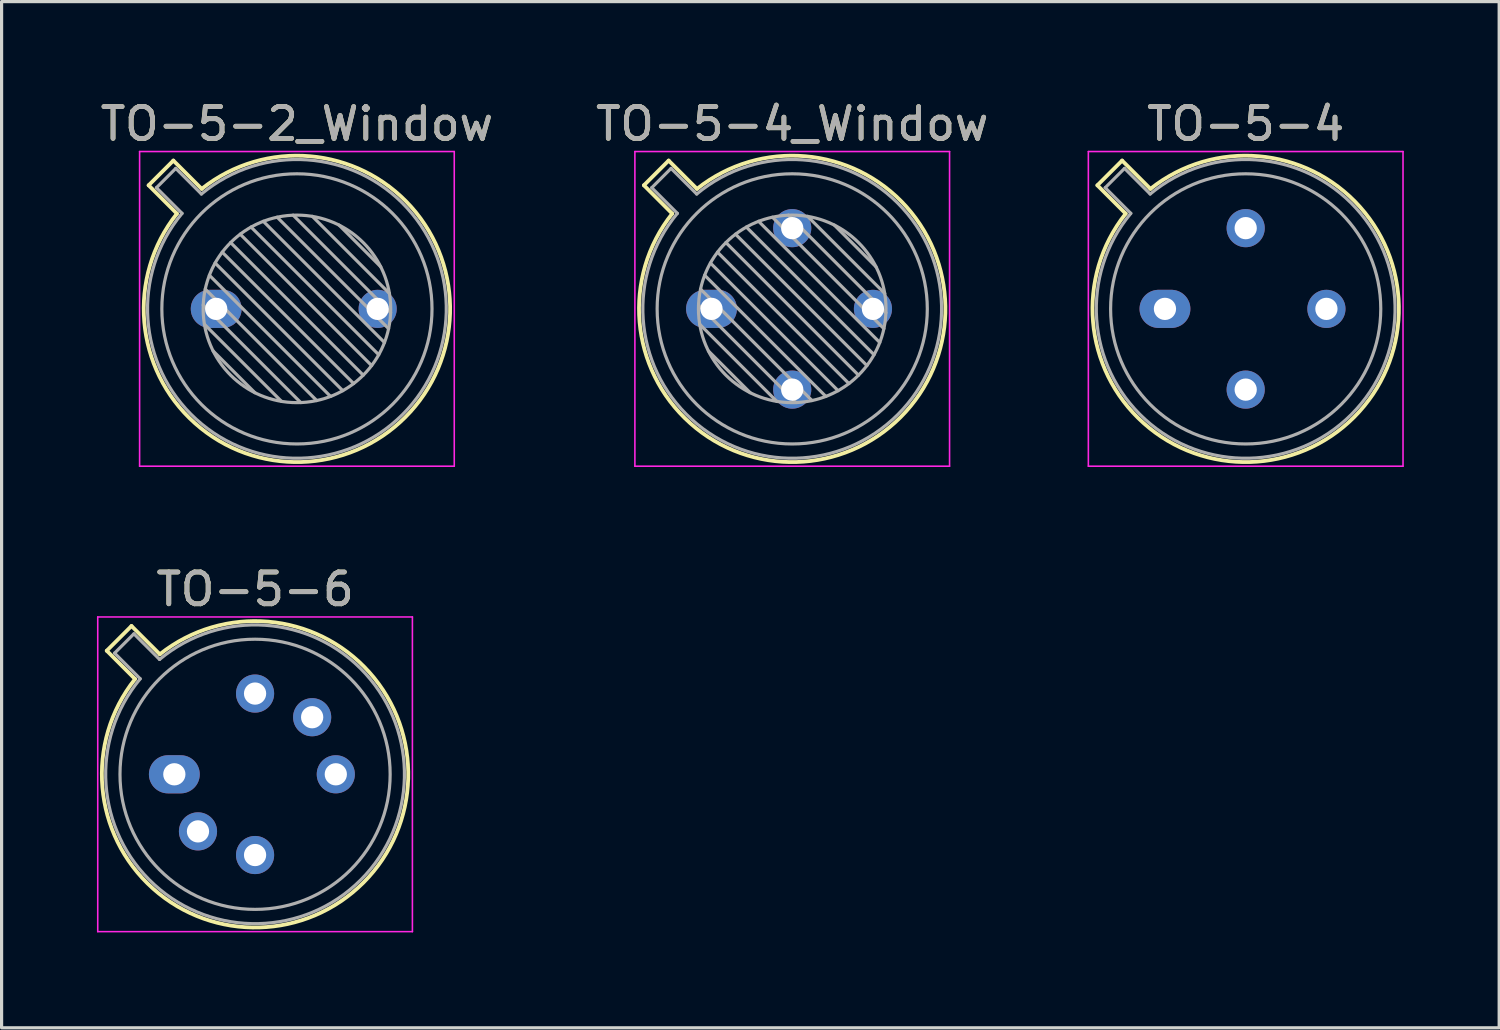
<source format=kicad_pcb>
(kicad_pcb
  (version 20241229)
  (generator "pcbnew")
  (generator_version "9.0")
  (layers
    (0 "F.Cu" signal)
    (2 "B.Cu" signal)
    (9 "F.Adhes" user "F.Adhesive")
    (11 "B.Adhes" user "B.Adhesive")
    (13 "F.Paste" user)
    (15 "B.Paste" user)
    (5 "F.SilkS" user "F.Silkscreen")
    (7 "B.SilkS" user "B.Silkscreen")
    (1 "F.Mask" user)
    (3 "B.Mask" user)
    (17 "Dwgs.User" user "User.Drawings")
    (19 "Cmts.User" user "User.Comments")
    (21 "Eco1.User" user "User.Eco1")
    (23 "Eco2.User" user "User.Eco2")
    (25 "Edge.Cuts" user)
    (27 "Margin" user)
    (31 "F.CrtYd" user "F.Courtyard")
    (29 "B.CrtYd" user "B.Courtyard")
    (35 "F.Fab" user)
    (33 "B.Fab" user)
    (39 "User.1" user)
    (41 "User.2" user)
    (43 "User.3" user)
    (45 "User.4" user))
  (footprint "TO-5-4"
    (layer "F.Cu")
    (at 33.602 6.668)
    (property "Reference" "TO-5-4" (at 2.54 -5.82 0) (layer "F.SilkS") (effects (font (size 1 1) (thickness 0.15))))
    (attr through_hole)
    (fp_line (start -2.126 -3.888) (end -1.235 -2.997) (stroke (width 0.12) (type solid)) (layer "F.SilkS"))
    (fp_line (start -1.348 -4.666) (end -2.126 -3.888) (stroke (width 0.12) (type solid)) (layer "F.SilkS"))
    (fp_line (start -0.457 -3.775) (end -1.348 -4.666) (stroke (width 0.12) (type solid)) (layer "F.SilkS"))
    (fp_arc (start -0.457084 -3.774902) (mid 5.948125 3.408384) (end -1.234674 -2.997371) (stroke (width 0.12) (type solid)) (layer "F.SilkS"))
    (fp_line (start -2.41 -4.95) (end -2.41 4.95) (stroke (width 0.05) (type solid)) (layer "F.CrtYd"))
    (fp_line (start -2.41 4.95) (end 7.49 4.95) (stroke (width 0.05) (type solid)) (layer "F.CrtYd"))
    (fp_line (start 7.49 -4.95) (end -2.41 -4.95) (stroke (width 0.05) (type solid)) (layer "F.CrtYd"))
    (fp_line (start 7.49 4.95) (end 7.49 -4.95) (stroke (width 0.05) (type solid)) (layer "F.CrtYd"))
    (fp_line (start -1.88 -3.812) (end -1.074 -3.005) (stroke (width 0.1) (type solid)) (layer "F.Fab"))
    (fp_line (start -1.272 -4.42) (end -1.88 -3.812) (stroke (width 0.1) (type solid)) (layer "F.Fab"))
    (fp_line (start -0.465 -3.614) (end -1.272 -4.42) (stroke (width 0.1) (type solid)) (layer "F.Fab"))
    (fp_arc (start -0.465408 -3.61352) (mid 5.863443 3.323361) (end -1.073594 -3.005319) (stroke (width 0.1) (type solid)) (layer "F.Fab"))
    (fp_circle (center 2.54 0) (end 6.79 0) (stroke (width 0.1) (type solid)) (fill no) (layer "F.Fab"))
    (fp_text user "${REFERENCE}" (at 2.54 -5.82 0) (layer "F.Fab") (effects (font (size 1 1) (thickness 0.15))))
    (pad "1" thru_hole oval (at 0 0) (size 1.6 1.2) (drill 0.7) (layers "*.Cu" "*.Mask"))
    (pad "2" thru_hole oval (at 2.54 2.54) (size 1.2 1.2) (drill 0.7) (layers "*.Cu" "*.Mask"))
    (pad "3" thru_hole oval (at 5.08 0) (size 1.2 1.2) (drill 0.7) (layers "*.Cu" "*.Mask"))
    (pad "4" thru_hole oval (at 2.54 -2.54) (size 1.2 1.2) (drill 0.7) (layers "*.Cu" "*.Mask")))
  (footprint "TO-5-2_Window"
    (layer "F.Cu")
    (at 3.752 6.668)
    (property "Reference" "TO-5-2_Window" (at 2.54 -5.82 0) (layer "F.SilkS") (effects (font (size 1 1) (thickness 0.15))))
    (attr through_hole)
    (fp_line (start -2.126 -3.888) (end -1.235 -2.997) (stroke (width 0.12) (type solid)) (layer "F.SilkS"))
    (fp_line (start -1.348 -4.666) (end -2.126 -3.888) (stroke (width 0.12) (type solid)) (layer "F.SilkS"))
    (fp_line (start -0.457 -3.775) (end -1.348 -4.666) (stroke (width 0.12) (type solid)) (layer "F.SilkS"))
    (fp_arc (start -0.457084 -3.774902) (mid 5.948125 3.408384) (end -1.234674 -2.997371) (stroke (width 0.12) (type solid)) (layer "F.SilkS"))
    (fp_line (start -2.41 -4.95) (end -2.41 4.95) (stroke (width 0.05) (type solid)) (layer "F.CrtYd"))
    (fp_line (start -2.41 4.95) (end 7.49 4.95) (stroke (width 0.05) (type solid)) (layer "F.CrtYd"))
    (fp_line (start 7.49 -4.95) (end -2.41 -4.95) (stroke (width 0.05) (type solid)) (layer "F.CrtYd"))
    (fp_line (start 7.49 4.95) (end 7.49 -4.95) (stroke (width 0.05) (type solid)) (layer "F.CrtYd"))
    (fp_line (start -1.88 -3.812) (end -1.074 -3.005) (stroke (width 0.1) (type solid)) (layer "F.Fab"))
    (fp_line (start -1.272 -4.42) (end -1.88 -3.812) (stroke (width 0.1) (type solid)) (layer "F.Fab"))
    (fp_line (start -0.465 -3.614) (end -1.272 -4.42) (stroke (width 0.1) (type solid)) (layer "F.Fab"))
    (fp_line (start -0.408 -0.12) (end 2.66 2.948) (stroke (width 0.1) (type solid)) (layer "F.Fab"))
    (fp_line (start -0.371 0.485) (end 2.055 2.911) (stroke (width 0.1) (type solid)) (layer "F.Fab"))
    (fp_line (start -0.344 -0.622) (end 3.162 2.884) (stroke (width 0.1) (type solid)) (layer "F.Fab"))
    (fp_line (start -0.215 -1.058) (end 3.598 2.755) (stroke (width 0.1) (type solid)) (layer "F.Fab"))
    (fp_line (start -0.097 1.324) (end 1.216 2.637) (stroke (width 0.1) (type solid)) (layer "F.Fab"))
    (fp_line (start -0.034 -1.443) (end 3.983 2.574) (stroke (width 0.1) (type solid)) (layer "F.Fab"))
    (fp_line (start 0.19 -1.784) (end 4.324 2.35) (stroke (width 0.1) (type solid)) (layer "F.Fab"))
    (fp_line (start 0.454 -2.086) (end 4.626 2.086) (stroke (width 0.1) (type solid)) (layer "F.Fab"))
    (fp_line (start 0.756 -2.35) (end 4.89 1.784) (stroke (width 0.1) (type solid)) (layer "F.Fab"))
    (fp_line (start 1.097 -2.574) (end 5.114 1.443) (stroke (width 0.1) (type solid)) (layer "F.Fab"))
    (fp_line (start 1.482 -2.755) (end 5.295 1.058) (stroke (width 0.1) (type solid)) (layer "F.Fab"))
    (fp_line (start 1.918 -2.884) (end 5.424 0.622) (stroke (width 0.1) (type solid)) (layer "F.Fab"))
    (fp_line (start 2.42 -2.948) (end 5.488 0.12) (stroke (width 0.1) (type solid)) (layer "F.Fab"))
    (fp_line (start 3.025 -2.911) (end 5.451 -0.485) (stroke (width 0.1) (type solid)) (layer "F.Fab"))
    (fp_line (start 3.864 -2.637) (end 5.177 -1.324) (stroke (width 0.1) (type solid)) (layer "F.Fab"))
    (fp_arc (start -0.465408 -3.61352) (mid 5.863443 3.323361) (end -1.073594 -3.005319) (stroke (width 0.1) (type solid)) (layer "F.Fab"))
    (fp_circle (center 2.54 0) (end 5.49 0) (stroke (width 0.1) (type solid)) (fill no) (layer "F.Fab"))
    (fp_circle (center 2.54 0) (end 6.79 0) (stroke (width 0.1) (type solid)) (fill no) (layer "F.Fab"))
    (fp_text user "${REFERENCE}" (at 2.54 -5.82 0) (layer "F.Fab") (effects (font (size 1 1) (thickness 0.15))))
    (pad "1" thru_hole oval (at 0 0) (size 1.6 1.2) (drill 0.7) (layers "*.Cu" "*.Mask"))
    (pad "2" thru_hole oval (at 5.08 0) (size 1.2 1.2) (drill 0.7) (layers "*.Cu" "*.Mask")))
  (footprint "TO-5-4_Window"
    (layer "F.Cu")
    (at 19.335 6.668)
    (property "Reference" "TO-5-4_Window" (at 2.54 -5.82 0) (layer "F.SilkS") (effects (font (size 1 1) (thickness 0.15))))
    (attr through_hole)
    (fp_line (start -2.126 -3.888) (end -1.235 -2.997) (stroke (width 0.12) (type solid)) (layer "F.SilkS"))
    (fp_line (start -1.348 -4.666) (end -2.126 -3.888) (stroke (width 0.12) (type solid)) (layer "F.SilkS"))
    (fp_line (start -0.457 -3.775) (end -1.348 -4.666) (stroke (width 0.12) (type solid)) (layer "F.SilkS"))
    (fp_arc (start -0.457084 -3.774902) (mid 5.948125 3.408384) (end -1.234674 -2.997371) (stroke (width 0.12) (type solid)) (layer "F.SilkS"))
    (fp_line (start -2.41 -4.95) (end -2.41 4.95) (stroke (width 0.05) (type solid)) (layer "F.CrtYd"))
    (fp_line (start -2.41 4.95) (end 7.49 4.95) (stroke (width 0.05) (type solid)) (layer "F.CrtYd"))
    (fp_line (start 7.49 -4.95) (end -2.41 -4.95) (stroke (width 0.05) (type solid)) (layer "F.CrtYd"))
    (fp_line (start 7.49 4.95) (end 7.49 -4.95) (stroke (width 0.05) (type solid)) (layer "F.CrtYd"))
    (fp_line (start -1.88 -3.812) (end -1.074 -3.005) (stroke (width 0.1) (type solid)) (layer "F.Fab"))
    (fp_line (start -1.272 -4.42) (end -1.88 -3.812) (stroke (width 0.1) (type solid)) (layer "F.Fab"))
    (fp_line (start -0.465 -3.614) (end -1.272 -4.42) (stroke (width 0.1) (type solid)) (layer "F.Fab"))
    (fp_line (start -0.408 -0.12) (end 2.66 2.948) (stroke (width 0.1) (type solid)) (layer "F.Fab"))
    (fp_line (start -0.371 0.485) (end 2.055 2.911) (stroke (width 0.1) (type solid)) (layer "F.Fab"))
    (fp_line (start -0.344 -0.622) (end 3.162 2.884) (stroke (width 0.1) (type solid)) (layer "F.Fab"))
    (fp_line (start -0.215 -1.058) (end 3.598 2.755) (stroke (width 0.1) (type solid)) (layer "F.Fab"))
    (fp_line (start -0.097 1.324) (end 1.216 2.637) (stroke (width 0.1) (type solid)) (layer "F.Fab"))
    (fp_line (start -0.034 -1.443) (end 3.983 2.574) (stroke (width 0.1) (type solid)) (layer "F.Fab"))
    (fp_line (start 0.19 -1.784) (end 4.324 2.35) (stroke (width 0.1) (type solid)) (layer "F.Fab"))
    (fp_line (start 0.454 -2.086) (end 4.626 2.086) (stroke (width 0.1) (type solid)) (layer "F.Fab"))
    (fp_line (start 0.756 -2.35) (end 4.89 1.784) (stroke (width 0.1) (type solid)) (layer "F.Fab"))
    (fp_line (start 1.097 -2.574) (end 5.114 1.443) (stroke (width 0.1) (type solid)) (layer "F.Fab"))
    (fp_line (start 1.482 -2.755) (end 5.295 1.058) (stroke (width 0.1) (type solid)) (layer "F.Fab"))
    (fp_line (start 1.918 -2.884) (end 5.424 0.622) (stroke (width 0.1) (type solid)) (layer "F.Fab"))
    (fp_line (start 2.42 -2.948) (end 5.488 0.12) (stroke (width 0.1) (type solid)) (layer "F.Fab"))
    (fp_line (start 3.025 -2.911) (end 5.451 -0.485) (stroke (width 0.1) (type solid)) (layer "F.Fab"))
    (fp_line (start 3.864 -2.637) (end 5.177 -1.324) (stroke (width 0.1) (type solid)) (layer "F.Fab"))
    (fp_arc (start -0.465408 -3.61352) (mid 5.863443 3.323361) (end -1.073594 -3.005319) (stroke (width 0.1) (type solid)) (layer "F.Fab"))
    (fp_circle (center 2.54 0) (end 5.49 0) (stroke (width 0.1) (type solid)) (fill no) (layer "F.Fab"))
    (fp_circle (center 2.54 0) (end 6.79 0) (stroke (width 0.1) (type solid)) (fill no) (layer "F.Fab"))
    (fp_text user "${REFERENCE}" (at 2.54 -5.82 0) (layer "F.Fab") (effects (font (size 1 1) (thickness 0.15))))
    (pad "1" thru_hole oval (at 0 0) (size 1.6 1.2) (drill 0.7) (layers "*.Cu" "*.Mask"))
    (pad "2" thru_hole oval (at 2.54 2.54) (size 1.2 1.2) (drill 0.7) (layers "*.Cu" "*.Mask"))
    (pad "3" thru_hole oval (at 5.08 0) (size 1.2 1.2) (drill 0.7) (layers "*.Cu" "*.Mask"))
    (pad "4" thru_hole oval (at 2.54 -2.54) (size 1.2 1.2) (drill 0.7) (layers "*.Cu" "*.Mask")))
  (footprint "TO-5-6"
    (layer "F.Cu")
    (at 2.435 21.311)
    (property "Reference" "TO-5-6" (at 2.54 -5.82 0) (layer "F.SilkS") (effects (font (size 1 1) (thickness 0.15))))
    (attr through_hole)
    (fp_line (start -2.126 -3.888) (end -1.235 -2.997) (stroke (width 0.12) (type solid)) (layer "F.SilkS"))
    (fp_line (start -1.348 -4.666) (end -2.126 -3.888) (stroke (width 0.12) (type solid)) (layer "F.SilkS"))
    (fp_line (start -0.457 -3.775) (end -1.348 -4.666) (stroke (width 0.12) (type solid)) (layer "F.SilkS"))
    (fp_arc (start -0.457084 -3.774902) (mid 5.948125 3.408384) (end -1.234674 -2.997371) (stroke (width 0.12) (type solid)) (layer "F.SilkS"))
    (fp_line (start -2.41 -4.95) (end -2.41 4.95) (stroke (width 0.05) (type solid)) (layer "F.CrtYd"))
    (fp_line (start -2.41 4.95) (end 7.49 4.95) (stroke (width 0.05) (type solid)) (layer "F.CrtYd"))
    (fp_line (start 7.49 -4.95) (end -2.41 -4.95) (stroke (width 0.05) (type solid)) (layer "F.CrtYd"))
    (fp_line (start 7.49 4.95) (end 7.49 -4.95) (stroke (width 0.05) (type solid)) (layer "F.CrtYd"))
    (fp_line (start -1.88 -3.812) (end -1.074 -3.005) (stroke (width 0.1) (type solid)) (layer "F.Fab"))
    (fp_line (start -1.272 -4.42) (end -1.88 -3.812) (stroke (width 0.1) (type solid)) (layer "F.Fab"))
    (fp_line (start -0.465 -3.614) (end -1.272 -4.42) (stroke (width 0.1) (type solid)) (layer "F.Fab"))
    (fp_arc (start -0.465408 -3.61352) (mid 5.863443 3.323361) (end -1.073594 -3.005319) (stroke (width 0.1) (type solid)) (layer "F.Fab"))
    (fp_circle (center 2.54 0) (end 6.79 0) (stroke (width 0.1) (type solid)) (fill no) (layer "F.Fab"))
    (fp_text user "${REFERENCE}" (at 2.54 -5.82 0) (layer "F.Fab") (effects (font (size 1 1) (thickness 0.15))))
    (pad "1" thru_hole oval (at 0 0) (size 1.6 1.2) (drill 0.7) (layers "*.Cu" "*.Mask"))
    (pad "2" thru_hole oval (at 0.744 1.796) (size 1.2 1.2) (drill 0.7) (layers "*.Cu" "*.Mask"))
    (pad "3" thru_hole oval (at 2.54 2.54) (size 1.2 1.2) (drill 0.7) (layers "*.Cu" "*.Mask"))
    (pad "4" thru_hole oval (at 5.08 0) (size 1.2 1.2) (drill 0.7) (layers "*.Cu" "*.Mask"))
    (pad "5" thru_hole oval (at 4.336 -1.796) (size 1.2 1.2) (drill 0.7) (layers "*.Cu" "*.Mask"))
    (pad "6" thru_hole oval (at 2.54 -2.54) (size 1.2 1.2) (drill 0.7) (layers "*.Cu" "*.Mask")))
  (gr_rect
    (start -3 -3)
    (end 44.117 29.287)
    (stroke (width 0.1) (type default))
    (fill no)
    (layer "Edge.Cuts")))
</source>
